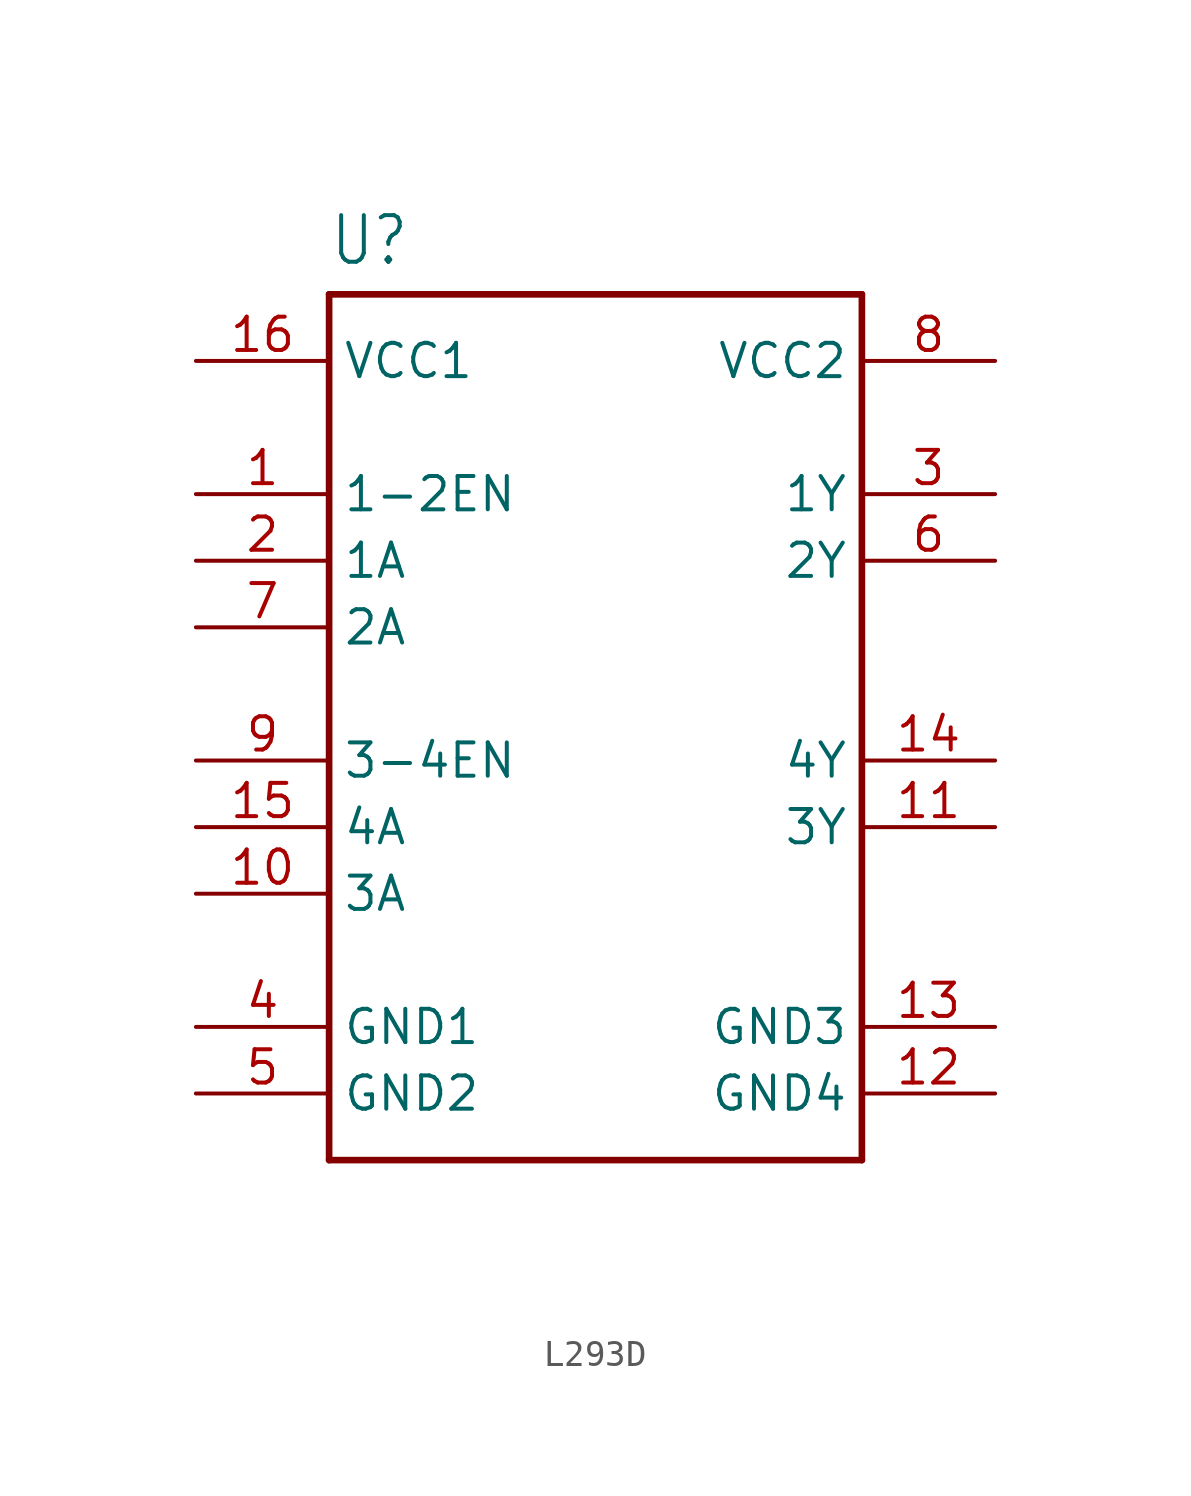
<source format=kicad_sym>
(kicad_symbol_lib
  (version 20241209)
  (generator "kicad_symbol_editor")
  (generator_version "9.0")
  (symbol "L293D"
    (property "Reference" "U"
      (at -10.16 18.796 0)
      (effects (font (size 1.778 1.511)) (justify left bottom)))
    (property "Value" ""
      (at -10.16 -17.78 0)
      (effects (font (size 1.778 1.511)) (justify left bottom)))
    (property "ki_locked" ""
      (at 0 0 0)
      (effects (font (size 1.27 1.27))))
    (symbol "L293D_1_0"
      (polyline (pts (xy -10.16 17.78) (xy -10.16 -15.24)) (stroke (width 0.254) (type solid)) (fill (type none)))
      (polyline (pts (xy -10.16 -15.24) (xy 10.16 -15.24)) (stroke (width 0.254) (type solid)) (fill (type none)))
      (polyline (pts (xy 10.16 17.78) (xy -10.16 17.78)) (stroke (width 0.254) (type solid)) (fill (type none)))
      (polyline (pts (xy 10.16 -15.24) (xy 10.16 17.78)) (stroke (width 0.254) (type solid)) (fill (type none)))
      (pin power_in line (at -15.24 15.24 0) (length 5.08) (name "VCC1" (effects (font (size 1.27 1.27)))) (number "16" (effects (font (size 1.27 1.27)))))
      (pin input line (at -15.24 10.16 0) (length 5.08) (name "1-2EN" (effects (font (size 1.27 1.27)))) (number "1" (effects (font (size 1.27 1.27)))))
      (pin input line (at -15.24 7.62 0) (length 5.08) (name "1A" (effects (font (size 1.27 1.27)))) (number "2" (effects (font (size 1.27 1.27)))))
      (pin input line (at -15.24 5.08 0) (length 5.08) (name "2A" (effects (font (size 1.27 1.27)))) (number "7" (effects (font (size 1.27 1.27)))))
      (pin input line (at -15.24 0 0) (length 5.08) (name "3-4EN" (effects (font (size 1.27 1.27)))) (number "9" (effects (font (size 1.27 1.27)))))
      (pin input line (at -15.24 -2.54 0) (length 5.08) (name "4A" (effects (font (size 1.27 1.27)))) (number "15" (effects (font (size 1.27 1.27)))))
      (pin input line (at -15.24 -5.08 0) (length 5.08) (name "3A" (effects (font (size 1.27 1.27)))) (number "10" (effects (font (size 1.27 1.27)))))
      (pin power_in line (at -15.24 -10.16 0) (length 5.08) (name "GND1" (effects (font (size 1.27 1.27)))) (number "4" (effects (font (size 1.27 1.27)))))
      (pin power_in line (at -15.24 -12.7 0) (length 5.08) (name "GND2" (effects (font (size 1.27 1.27)))) (number "5" (effects (font (size 1.27 1.27)))))
      (pin power_in line (at 15.24 15.24 180) (length 5.08) (name "VCC2" (effects (font (size 1.27 1.27)))) (number "8" (effects (font (size 1.27 1.27)))))
      (pin output line (at 15.24 10.16 180) (length 5.08) (name "1Y" (effects (font (size 1.27 1.27)))) (number "3" (effects (font (size 1.27 1.27)))))
      (pin output line (at 15.24 7.62 180) (length 5.08) (name "2Y" (effects (font (size 1.27 1.27)))) (number "6" (effects (font (size 1.27 1.27)))))
      (pin output line (at 15.24 0 180) (length 5.08) (name "4Y" (effects (font (size 1.27 1.27)))) (number "14" (effects (font (size 1.27 1.27)))))
      (pin output line (at 15.24 -2.54 180) (length 5.08) (name "3Y" (effects (font (size 1.27 1.27)))) (number "11" (effects (font (size 1.27 1.27)))))
      (pin power_in line (at 15.24 -10.16 180) (length 5.08) (name "GND3" (effects (font (size 1.27 1.27)))) (number "13" (effects (font (size 1.27 1.27)))))
      (pin power_in line (at 15.24 -12.7 180) (length 5.08) (name "GND4" (effects (font (size 1.27 1.27)))) (number "12" (effects (font (size 1.27 1.27))))))))
</source>
